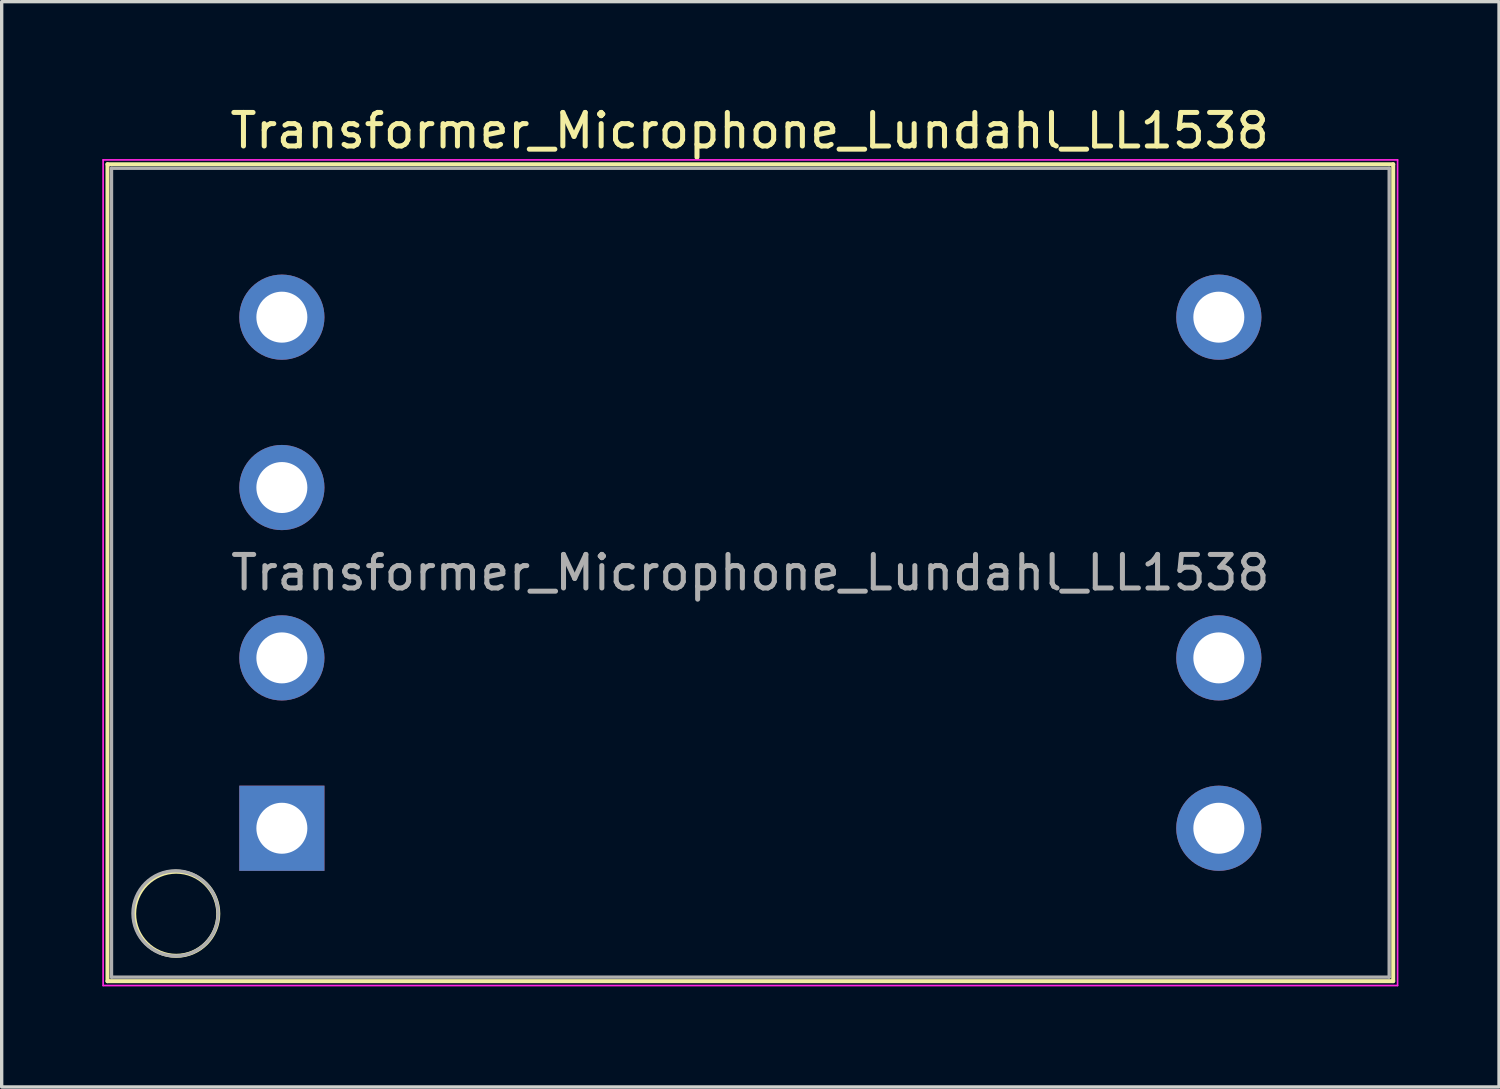
<source format=kicad_pcb>
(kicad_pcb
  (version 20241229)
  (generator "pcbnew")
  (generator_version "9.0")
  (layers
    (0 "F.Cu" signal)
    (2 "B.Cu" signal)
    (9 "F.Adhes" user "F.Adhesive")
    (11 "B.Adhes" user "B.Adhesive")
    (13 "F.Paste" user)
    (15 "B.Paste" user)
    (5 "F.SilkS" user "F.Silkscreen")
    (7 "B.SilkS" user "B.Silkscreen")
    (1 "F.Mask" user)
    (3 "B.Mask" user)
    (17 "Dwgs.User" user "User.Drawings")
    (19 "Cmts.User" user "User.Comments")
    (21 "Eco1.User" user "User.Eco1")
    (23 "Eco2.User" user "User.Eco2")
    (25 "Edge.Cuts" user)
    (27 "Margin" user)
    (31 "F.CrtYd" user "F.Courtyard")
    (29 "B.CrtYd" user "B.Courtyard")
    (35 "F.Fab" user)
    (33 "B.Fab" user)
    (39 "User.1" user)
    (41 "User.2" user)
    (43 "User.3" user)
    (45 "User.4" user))
  (footprint "Transformer_Microphone_Lundahl_LL1538"
    (layer "F.Cu")
    (at 5.355 21.648)
    (property "Reference" "Transformer_Microphone_Lundahl_LL1538" (at 13.95 -20.8 0) (layer "F.SilkS") (effects (font (size 1 1) (thickness 0.15))))
    (attr through_hole)
    (fp_line (start -5.2 -19.8) (end -5.2 4.56) (stroke (width 0.12) (type solid)) (layer "F.SilkS"))
    (fp_line (start -5.2 -19.8) (end 33.14 -19.8) (stroke (width 0.12) (type solid)) (layer "F.SilkS"))
    (fp_line (start 33.14 4.56) (end -5.2 4.56) (stroke (width 0.12) (type solid)) (layer "F.SilkS"))
    (fp_line (start 33.14 4.56) (end 33.14 -19.8) (stroke (width 0.12) (type solid)) (layer "F.SilkS"))
    (fp_circle (center -3.15 2.55) (end -2 3.05) (stroke (width 0.12) (type solid)) (fill no) (layer "F.SilkS"))
    (fp_line (start -5.33 -19.93) (end -5.33 4.69) (stroke (width 0.05) (type solid)) (layer "F.CrtYd"))
    (fp_line (start -5.33 -19.93) (end 33.27 -19.93) (stroke (width 0.05) (type solid)) (layer "F.CrtYd"))
    (fp_line (start 33.27 4.69) (end -5.33 4.69) (stroke (width 0.05) (type solid)) (layer "F.CrtYd"))
    (fp_line (start 33.27 4.69) (end 33.27 -19.93) (stroke (width 0.05) (type solid)) (layer "F.CrtYd"))
    (fp_line (start -5.08 -19.68) (end 33.02 -19.68) (stroke (width 0.1) (type solid)) (layer "F.Fab"))
    (fp_line (start -5.08 4.44) (end -5.08 -19.68) (stroke (width 0.1) (type solid)) (layer "F.Fab"))
    (fp_line (start 33.02 -19.68) (end 33.02 4.44) (stroke (width 0.1) (type solid)) (layer "F.Fab"))
    (fp_line (start 33.02 4.44) (end -5.08 4.44) (stroke (width 0.1) (type solid)) (layer "F.Fab"))
    (fp_circle (center -3.17 2.54) (end -3.17 1.27) (stroke (width 0.1) (type solid)) (fill no) (layer "F.Fab"))
    (fp_text user "${REFERENCE}" (at 13.97 -7.62 0) (layer "F.Fab") (effects (font (size 1 1) (thickness 0.15))))
    (pad "1" thru_hole rect (at 0 0) (size 2.54 2.54) (drill 1.52) (layers "*.Cu" "*.Mask"))
    (pad "2" thru_hole circle (at 0 -5.08) (size 2.54 2.54) (drill 1.52) (layers "*.Cu" "*.Mask"))
    (pad "3" thru_hole circle (at 0 -10.16) (size 2.54 2.54) (drill 1.52) (layers "*.Cu" "*.Mask"))
    (pad "4" thru_hole circle (at 0 -15.24) (size 2.54 2.54) (drill 1.52) (layers "*.Cu" "*.Mask"))
    (pad "5" thru_hole circle (at 27.94 0) (size 2.54 2.54) (drill 1.52) (layers "*.Cu" "*.Mask"))
    (pad "6" thru_hole circle (at 27.94 -5.08) (size 2.54 2.54) (drill 1.52) (layers "*.Cu" "*.Mask"))
    (pad "8" thru_hole circle (at 27.94 -15.24) (size 2.54 2.54) (drill 1.52) (layers "*.Cu" "*.Mask")))
  (gr_rect
    (start -3 -3)
    (end 41.65 29.363)
    (stroke (width 0.1) (type default))
    (fill no)
    (layer "Edge.Cuts")))
</source>
